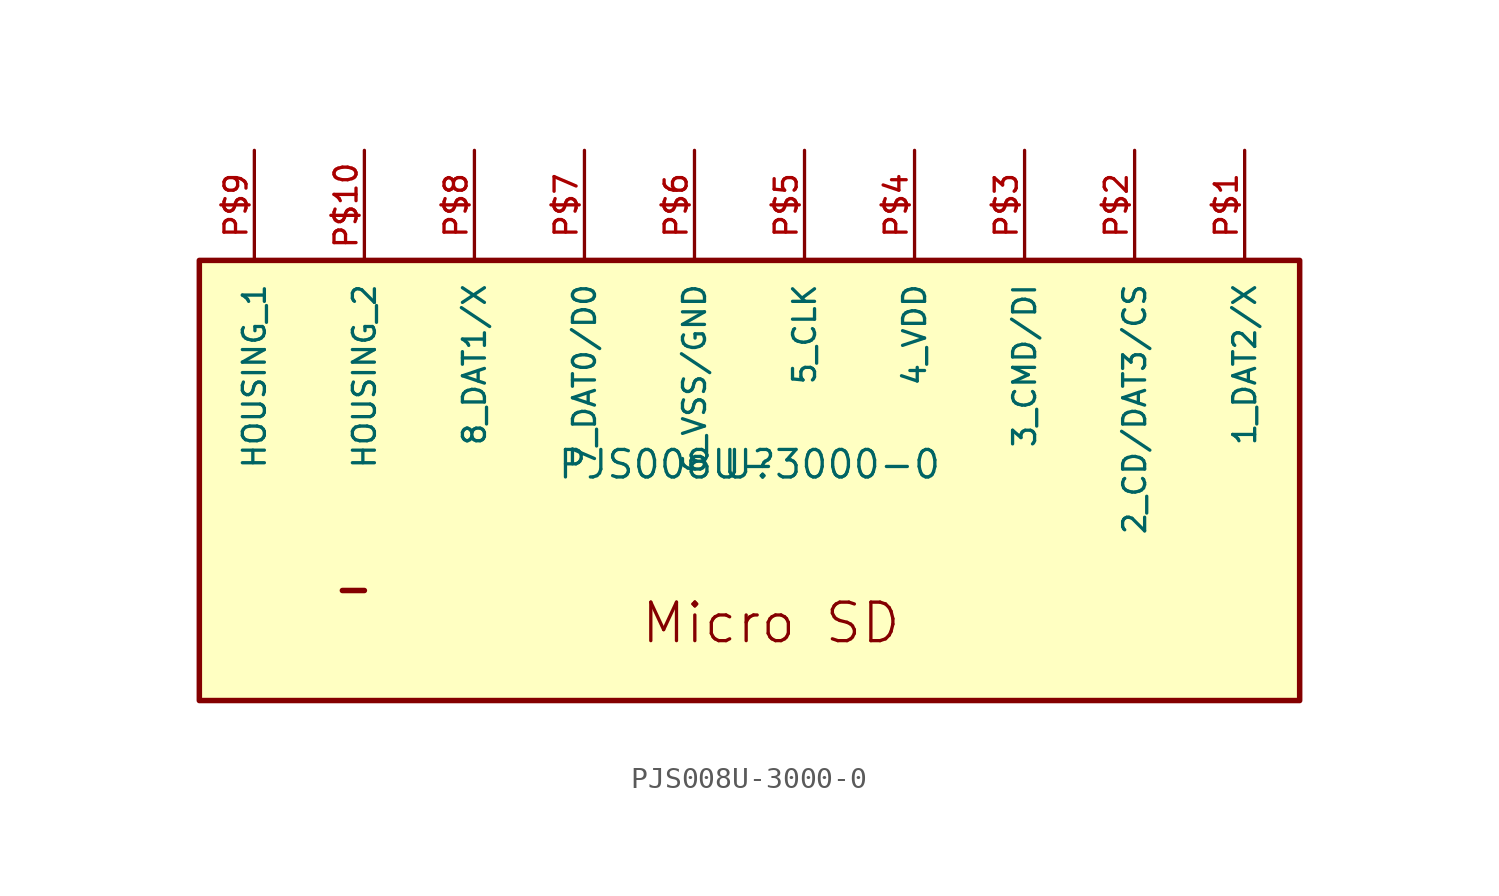
<source format=kicad_sym>
(kicad_symbol_lib
  (version 20211014)
  (generator kicad_symbol_editor)
  (symbol "PJS008U-3000-0"
    (pin_names
      (offset 1.016))
    (property "Reference" "U"
      (at 0 0 0)
      (effects (font (size 1.27 1.27)) (justify bottom)))
    (property "Value" "PJS008U-3000-0"
      (at 0 0.0 0)
      (effects (font (size 1.27 1.27)) (justify bottom)))
    (symbol "PJS008U-3000-0_0_0"
      (polyline (pts (xy -17.78 -5.08) (xy -18.796 -5.08)) (stroke (width 0.254)))
      (text "Micro SD" (at -5.08 -7.62 0) (effects (font (size 1.778 1.778)) (justify bottom left)))
      (rectangle (start -25.4 -10.16) (end 25.4 10.16) (stroke (width 0.254)) (fill (type background)))
      (pin bidirectional line (at 22.86 15.24 270.0) (length 5.08) (name "1_DAT2/X" (effects (font (size 1.016 1.016)))) (number "P$1" (effects (font (size 1.016 1.016)))))
      (pin bidirectional line (at 17.78 15.24 270.0) (length 5.08) (name "2_CD/DAT3/CS" (effects (font (size 1.016 1.016)))) (number "P$2" (effects (font (size 1.016 1.016)))))
      (pin bidirectional line (at 12.7 15.24 270.0) (length 5.08) (name "3_CMD/DI" (effects (font (size 1.016 1.016)))) (number "P$3" (effects (font (size 1.016 1.016)))))
      (pin power_in line (at 7.62 15.24 270.0) (length 5.08) (name "4_VDD" (effects (font (size 1.016 1.016)))) (number "P$4" (effects (font (size 1.016 1.016)))))
      (pin bidirectional line (at 2.54 15.24 270.0) (length 5.08) (name "5_CLK" (effects (font (size 1.016 1.016)))) (number "P$5" (effects (font (size 1.016 1.016)))))
      (pin bidirectional line (at -2.54 15.24 270.0) (length 5.08) (name "6_VSS/GND" (effects (font (size 1.016 1.016)))) (number "P$6" (effects (font (size 1.016 1.016)))))
      (pin bidirectional line (at -7.62 15.24 270.0) (length 5.08) (name "7_DAT0/D0" (effects (font (size 1.016 1.016)))) (number "P$7" (effects (font (size 1.016 1.016)))))
      (pin bidirectional line (at -12.7 15.24 270.0) (length 5.08) (name "8_DAT1/X" (effects (font (size 1.016 1.016)))) (number "P$8" (effects (font (size 1.016 1.016)))))
      (pin bidirectional line (at -17.78 15.24 270.0) (length 5.08) (name "HOUSING_2" (effects (font (size 1.016 1.016)))) (number "P$10" (effects (font (size 1.016 1.016)))))
      (pin bidirectional line (at -22.86 15.24 270.0) (length 5.08) (name "HOUSING_1" (effects (font (size 1.016 1.016)))) (number "P$9" (effects (font (size 1.016 1.016))))))))
</source>
